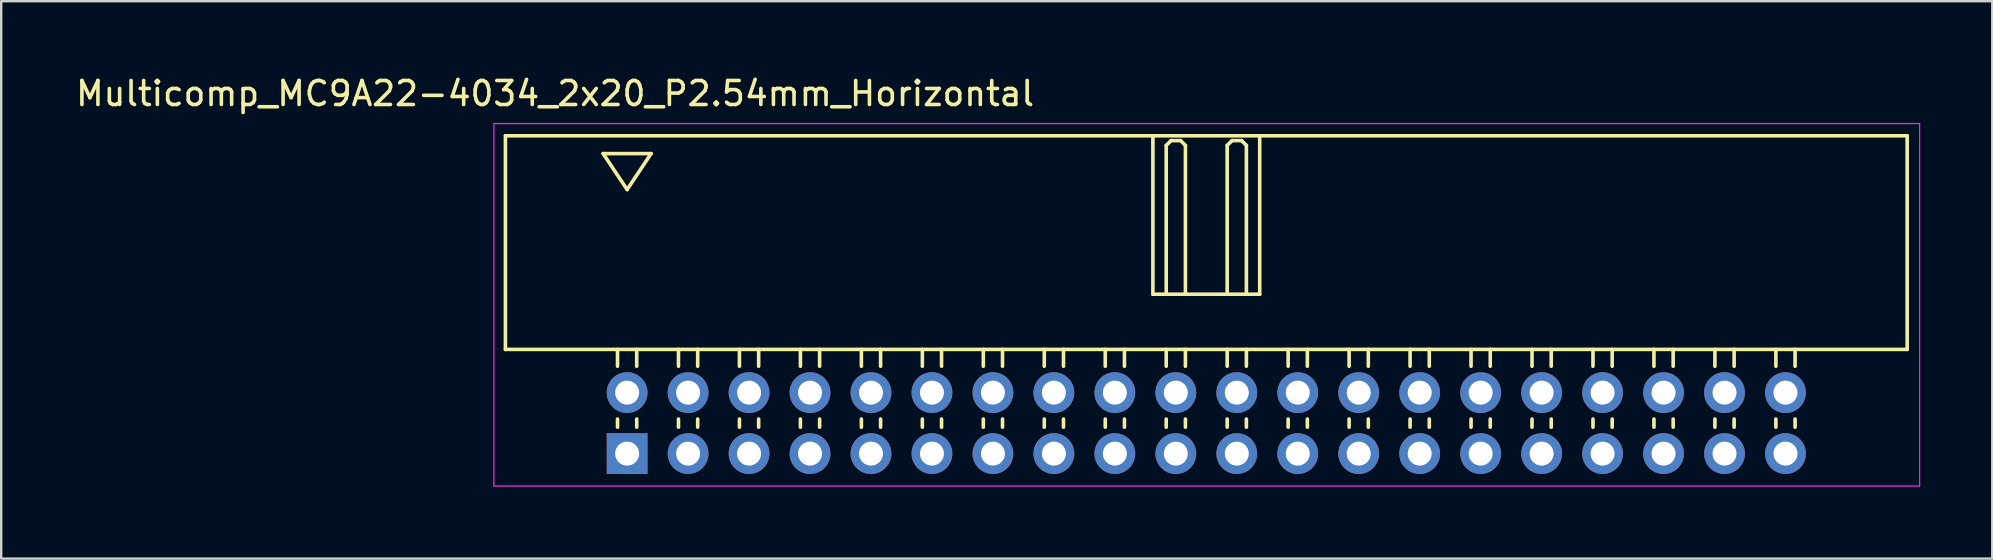
<source format=kicad_pcb>
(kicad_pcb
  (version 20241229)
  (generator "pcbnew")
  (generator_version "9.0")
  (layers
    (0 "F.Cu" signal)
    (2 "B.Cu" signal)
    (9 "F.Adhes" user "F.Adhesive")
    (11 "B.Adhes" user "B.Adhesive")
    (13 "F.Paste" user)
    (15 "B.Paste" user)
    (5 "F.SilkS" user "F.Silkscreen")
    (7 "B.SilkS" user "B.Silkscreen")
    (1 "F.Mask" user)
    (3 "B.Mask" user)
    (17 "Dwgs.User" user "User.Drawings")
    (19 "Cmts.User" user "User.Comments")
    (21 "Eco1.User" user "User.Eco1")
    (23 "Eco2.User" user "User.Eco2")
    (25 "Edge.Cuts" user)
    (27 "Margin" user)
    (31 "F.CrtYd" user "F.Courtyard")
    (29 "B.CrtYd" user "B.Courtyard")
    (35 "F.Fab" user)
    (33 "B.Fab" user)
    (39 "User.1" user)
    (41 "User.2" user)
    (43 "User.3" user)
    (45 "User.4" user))
  (footprint "Multicomp_MC9A22-4034_2x20_P2.54mm_Horizontal"
    (layer "F.Cu")
    (at 23.077 15.848)
    (property "Reference" "Multicomp_MC9A22-4034_2x20_P2.54mm_Horizontal" (at -3 -15 0) (layer "F.SilkS") (effects (font (size 1 1) (thickness 0.15))))
    (attr through_hole)
    (fp_line (start -5.07 -13.24) (end 53.33 -13.24) (stroke (width 0.15) (type solid)) (layer "F.SilkS"))
    (fp_line (start -5.07 -4.34) (end -5.07 -13.24) (stroke (width 0.15) (type solid)) (layer "F.SilkS"))
    (fp_line (start -1 -12.5) (end 1 -12.5) (stroke (width 0.15) (type solid)) (layer "F.SilkS"))
    (fp_line (start -0.4 -3.64) (end -0.4 -4.34) (stroke (width 0.15) (type solid)) (layer "F.SilkS"))
    (fp_line (start -0.4 -1.1) (end -0.4 -1.44) (stroke (width 0.15) (type solid)) (layer "F.SilkS"))
    (fp_line (start 0 -11) (end -1 -12.5) (stroke (width 0.15) (type solid)) (layer "F.SilkS"))
    (fp_line (start 0.4 -3.64) (end 0.4 -4.34) (stroke (width 0.15) (type solid)) (layer "F.SilkS"))
    (fp_line (start 0.4 -1.1) (end 0.4 -1.44) (stroke (width 0.15) (type solid)) (layer "F.SilkS"))
    (fp_line (start 1 -12.5) (end 0 -11) (stroke (width 0.15) (type solid)) (layer "F.SilkS"))
    (fp_line (start 2.14 -3.64) (end 2.14 -4.34) (stroke (width 0.15) (type solid)) (layer "F.SilkS"))
    (fp_line (start 2.14 -1.1) (end 2.14 -1.44) (stroke (width 0.15) (type solid)) (layer "F.SilkS"))
    (fp_line (start 2.94 -3.64) (end 2.94 -4.34) (stroke (width 0.15) (type solid)) (layer "F.SilkS"))
    (fp_line (start 2.94 -1.1) (end 2.94 -1.44) (stroke (width 0.15) (type solid)) (layer "F.SilkS"))
    (fp_line (start 4.68 -3.64) (end 4.68 -4.34) (stroke (width 0.15) (type solid)) (layer "F.SilkS"))
    (fp_line (start 4.68 -1.1) (end 4.68 -1.44) (stroke (width 0.15) (type solid)) (layer "F.SilkS"))
    (fp_line (start 5.48 -3.64) (end 5.48 -4.34) (stroke (width 0.15) (type solid)) (layer "F.SilkS"))
    (fp_line (start 5.48 -1.1) (end 5.48 -1.44) (stroke (width 0.15) (type solid)) (layer "F.SilkS"))
    (fp_line (start 7.22 -3.64) (end 7.22 -4.34) (stroke (width 0.15) (type solid)) (layer "F.SilkS"))
    (fp_line (start 7.22 -1.1) (end 7.22 -1.44) (stroke (width 0.15) (type solid)) (layer "F.SilkS"))
    (fp_line (start 8.02 -3.64) (end 8.02 -4.34) (stroke (width 0.15) (type solid)) (layer "F.SilkS"))
    (fp_line (start 8.02 -1.1) (end 8.02 -1.44) (stroke (width 0.15) (type solid)) (layer "F.SilkS"))
    (fp_line (start 9.76 -3.64) (end 9.76 -4.34) (stroke (width 0.15) (type solid)) (layer "F.SilkS"))
    (fp_line (start 9.76 -1.1) (end 9.76 -1.44) (stroke (width 0.15) (type solid)) (layer "F.SilkS"))
    (fp_line (start 10.56 -3.64) (end 10.56 -4.34) (stroke (width 0.15) (type solid)) (layer "F.SilkS"))
    (fp_line (start 10.56 -1.1) (end 10.56 -1.44) (stroke (width 0.15) (type solid)) (layer "F.SilkS"))
    (fp_line (start 12.3 -3.64) (end 12.3 -4.34) (stroke (width 0.15) (type solid)) (layer "F.SilkS"))
    (fp_line (start 12.3 -1.1) (end 12.3 -1.44) (stroke (width 0.15) (type solid)) (layer "F.SilkS"))
    (fp_line (start 13.1 -3.64) (end 13.1 -4.34) (stroke (width 0.15) (type solid)) (layer "F.SilkS"))
    (fp_line (start 13.1 -1.1) (end 13.1 -1.44) (stroke (width 0.15) (type solid)) (layer "F.SilkS"))
    (fp_line (start 14.84 -3.64) (end 14.84 -4.34) (stroke (width 0.15) (type solid)) (layer "F.SilkS"))
    (fp_line (start 14.84 -1.1) (end 14.84 -1.44) (stroke (width 0.15) (type solid)) (layer "F.SilkS"))
    (fp_line (start 15.64 -3.64) (end 15.64 -4.34) (stroke (width 0.15) (type solid)) (layer "F.SilkS"))
    (fp_line (start 15.64 -1.1) (end 15.64 -1.44) (stroke (width 0.15) (type solid)) (layer "F.SilkS"))
    (fp_line (start 17.38 -3.64) (end 17.38 -4.34) (stroke (width 0.15) (type solid)) (layer "F.SilkS"))
    (fp_line (start 17.38 -1.1) (end 17.38 -1.44) (stroke (width 0.15) (type solid)) (layer "F.SilkS"))
    (fp_line (start 18.18 -3.64) (end 18.18 -4.34) (stroke (width 0.15) (type solid)) (layer "F.SilkS"))
    (fp_line (start 18.18 -1.1) (end 18.18 -1.44) (stroke (width 0.15) (type solid)) (layer "F.SilkS"))
    (fp_line (start 19.92 -3.64) (end 19.92 -4.34) (stroke (width 0.15) (type solid)) (layer "F.SilkS"))
    (fp_line (start 19.92 -1.1) (end 19.92 -1.44) (stroke (width 0.15) (type solid)) (layer "F.SilkS"))
    (fp_line (start 20.72 -3.64) (end 20.72 -4.34) (stroke (width 0.15) (type solid)) (layer "F.SilkS"))
    (fp_line (start 20.72 -1.1) (end 20.72 -1.44) (stroke (width 0.15) (type solid)) (layer "F.SilkS"))
    (fp_line (start 21.905 -13.24) (end 21.905 -6.64) (stroke (width 0.15) (type solid)) (layer "F.SilkS"))
    (fp_line (start 21.905 -6.64) (end 26.355 -6.64) (stroke (width 0.15) (type solid)) (layer "F.SilkS"))
    (fp_line (start 22.46 -12.84) (end 22.66 -13.04) (stroke (width 0.15) (type solid)) (layer "F.SilkS"))
    (fp_line (start 22.46 -6.64) (end 22.46 -12.84) (stroke (width 0.15) (type solid)) (layer "F.SilkS"))
    (fp_line (start 22.46 -3.64) (end 22.46 -4.34) (stroke (width 0.15) (type solid)) (layer "F.SilkS"))
    (fp_line (start 22.46 -1.1) (end 22.46 -1.44) (stroke (width 0.15) (type solid)) (layer "F.SilkS"))
    (fp_line (start 22.66 -13.04) (end 23.06 -13.04) (stroke (width 0.15) (type solid)) (layer "F.SilkS"))
    (fp_line (start 23.06 -13.04) (end 23.26 -12.84) (stroke (width 0.15) (type solid)) (layer "F.SilkS"))
    (fp_line (start 23.26 -12.84) (end 23.26 -6.64) (stroke (width 0.15) (type solid)) (layer "F.SilkS"))
    (fp_line (start 23.26 -3.64) (end 23.26 -4.34) (stroke (width 0.15) (type solid)) (layer "F.SilkS"))
    (fp_line (start 23.26 -1.1) (end 23.26 -1.44) (stroke (width 0.15) (type solid)) (layer "F.SilkS"))
    (fp_line (start 25 -12.84) (end 25.2 -13.04) (stroke (width 0.15) (type solid)) (layer "F.SilkS"))
    (fp_line (start 25 -6.64) (end 25 -12.84) (stroke (width 0.15) (type solid)) (layer "F.SilkS"))
    (fp_line (start 25 -3.64) (end 25 -4.34) (stroke (width 0.15) (type solid)) (layer "F.SilkS"))
    (fp_line (start 25 -1.1) (end 25 -1.44) (stroke (width 0.15) (type solid)) (layer "F.SilkS"))
    (fp_line (start 25.2 -13.04) (end 25.6 -13.04) (stroke (width 0.15) (type solid)) (layer "F.SilkS"))
    (fp_line (start 25.6 -13.04) (end 25.8 -12.84) (stroke (width 0.15) (type solid)) (layer "F.SilkS"))
    (fp_line (start 25.8 -12.84) (end 25.8 -6.64) (stroke (width 0.15) (type solid)) (layer "F.SilkS"))
    (fp_line (start 25.8 -3.64) (end 25.8 -4.34) (stroke (width 0.15) (type solid)) (layer "F.SilkS"))
    (fp_line (start 25.8 -1.1) (end 25.8 -1.44) (stroke (width 0.15) (type solid)) (layer "F.SilkS"))
    (fp_line (start 26.355 -6.64) (end 26.355 -13.24) (stroke (width 0.15) (type solid)) (layer "F.SilkS"))
    (fp_line (start 27.54 -3.64) (end 27.54 -4.34) (stroke (width 0.15) (type solid)) (layer "F.SilkS"))
    (fp_line (start 27.54 -1.1) (end 27.54 -1.44) (stroke (width 0.15) (type solid)) (layer "F.SilkS"))
    (fp_line (start 28.34 -3.64) (end 28.34 -4.34) (stroke (width 0.15) (type solid)) (layer "F.SilkS"))
    (fp_line (start 28.34 -1.1) (end 28.34 -1.44) (stroke (width 0.15) (type solid)) (layer "F.SilkS"))
    (fp_line (start 30.08 -3.64) (end 30.08 -4.34) (stroke (width 0.15) (type solid)) (layer "F.SilkS"))
    (fp_line (start 30.08 -1.1) (end 30.08 -1.44) (stroke (width 0.15) (type solid)) (layer "F.SilkS"))
    (fp_line (start 30.88 -3.64) (end 30.88 -4.34) (stroke (width 0.15) (type solid)) (layer "F.SilkS"))
    (fp_line (start 30.88 -1.1) (end 30.88 -1.44) (stroke (width 0.15) (type solid)) (layer "F.SilkS"))
    (fp_line (start 32.62 -3.64) (end 32.62 -4.34) (stroke (width 0.15) (type solid)) (layer "F.SilkS"))
    (fp_line (start 32.62 -1.1) (end 32.62 -1.44) (stroke (width 0.15) (type solid)) (layer "F.SilkS"))
    (fp_line (start 33.42 -3.64) (end 33.42 -4.34) (stroke (width 0.15) (type solid)) (layer "F.SilkS"))
    (fp_line (start 33.42 -1.1) (end 33.42 -1.44) (stroke (width 0.15) (type solid)) (layer "F.SilkS"))
    (fp_line (start 35.16 -3.64) (end 35.16 -4.34) (stroke (width 0.15) (type solid)) (layer "F.SilkS"))
    (fp_line (start 35.16 -1.1) (end 35.16 -1.44) (stroke (width 0.15) (type solid)) (layer "F.SilkS"))
    (fp_line (start 35.96 -3.64) (end 35.96 -4.34) (stroke (width 0.15) (type solid)) (layer "F.SilkS"))
    (fp_line (start 35.96 -1.1) (end 35.96 -1.44) (stroke (width 0.15) (type solid)) (layer "F.SilkS"))
    (fp_line (start 37.7 -3.64) (end 37.7 -4.34) (stroke (width 0.15) (type solid)) (layer "F.SilkS"))
    (fp_line (start 37.7 -1.1) (end 37.7 -1.44) (stroke (width 0.15) (type solid)) (layer "F.SilkS"))
    (fp_line (start 38.5 -3.64) (end 38.5 -4.34) (stroke (width 0.15) (type solid)) (layer "F.SilkS"))
    (fp_line (start 38.5 -1.1) (end 38.5 -1.44) (stroke (width 0.15) (type solid)) (layer "F.SilkS"))
    (fp_line (start 40.24 -3.64) (end 40.24 -4.34) (stroke (width 0.15) (type solid)) (layer "F.SilkS"))
    (fp_line (start 40.24 -1.1) (end 40.24 -1.44) (stroke (width 0.15) (type solid)) (layer "F.SilkS"))
    (fp_line (start 41.04 -3.64) (end 41.04 -4.34) (stroke (width 0.15) (type solid)) (layer "F.SilkS"))
    (fp_line (start 41.04 -1.1) (end 41.04 -1.44) (stroke (width 0.15) (type solid)) (layer "F.SilkS"))
    (fp_line (start 42.78 -3.64) (end 42.78 -4.34) (stroke (width 0.15) (type solid)) (layer "F.SilkS"))
    (fp_line (start 42.78 -1.1) (end 42.78 -1.44) (stroke (width 0.15) (type solid)) (layer "F.SilkS"))
    (fp_line (start 43.58 -3.64) (end 43.58 -4.34) (stroke (width 0.15) (type solid)) (layer "F.SilkS"))
    (fp_line (start 43.58 -1.1) (end 43.58 -1.44) (stroke (width 0.15) (type solid)) (layer "F.SilkS"))
    (fp_line (start 45.32 -3.64) (end 45.32 -4.34) (stroke (width 0.15) (type solid)) (layer "F.SilkS"))
    (fp_line (start 45.32 -1.1) (end 45.32 -1.44) (stroke (width 0.15) (type solid)) (layer "F.SilkS"))
    (fp_line (start 46.12 -3.64) (end 46.12 -4.34) (stroke (width 0.15) (type solid)) (layer "F.SilkS"))
    (fp_line (start 46.12 -1.1) (end 46.12 -1.44) (stroke (width 0.15) (type solid)) (layer "F.SilkS"))
    (fp_line (start 47.86 -3.64) (end 47.86 -4.34) (stroke (width 0.15) (type solid)) (layer "F.SilkS"))
    (fp_line (start 47.86 -1.1) (end 47.86 -1.44) (stroke (width 0.15) (type solid)) (layer "F.SilkS"))
    (fp_line (start 48.66 -3.64) (end 48.66 -4.34) (stroke (width 0.15) (type solid)) (layer "F.SilkS"))
    (fp_line (start 48.66 -1.1) (end 48.66 -1.44) (stroke (width 0.15) (type solid)) (layer "F.SilkS"))
    (fp_line (start 53.33 -13.24) (end 53.33 -4.34) (stroke (width 0.15) (type solid)) (layer "F.SilkS"))
    (fp_line (start 53.33 -4.34) (end -5.07 -4.34) (stroke (width 0.15) (type solid)) (layer "F.SilkS"))
    (fp_line (start -5.55 -13.75) (end 53.85 -13.75) (stroke (width 0.05) (type solid)) (layer "F.CrtYd"))
    (fp_line (start -5.55 1.35) (end -5.55 -13.75) (stroke (width 0.05) (type solid)) (layer "F.CrtYd"))
    (fp_line (start 53.85 -13.75) (end 53.85 1.35) (stroke (width 0.05) (type solid)) (layer "F.CrtYd"))
    (fp_line (start 53.85 1.35) (end -5.55 1.35) (stroke (width 0.05) (type solid)) (layer "F.CrtYd"))
    (pad "1" thru_hole rect (at 0 0) (size 1.7 1.7) (drill 1) (layers "*.Cu" "*.Mask"))
    (pad "2" thru_hole circle (at 0 -2.54) (size 1.7 1.7) (drill 1) (layers "*.Cu" "*.Mask"))
    (pad "3" thru_hole circle (at 2.54 0) (size 1.7 1.7) (drill 1) (layers "*.Cu" "*.Mask"))
    (pad "4" thru_hole circle (at 2.54 -2.54) (size 1.7 1.7) (drill 1) (layers "*.Cu" "*.Mask"))
    (pad "5" thru_hole circle (at 5.08 0) (size 1.7 1.7) (drill 1) (layers "*.Cu" "*.Mask"))
    (pad "6" thru_hole circle (at 5.08 -2.54) (size 1.7 1.7) (drill 1) (layers "*.Cu" "*.Mask"))
    (pad "7" thru_hole circle (at 7.62 0) (size 1.7 1.7) (drill 1) (layers "*.Cu" "*.Mask"))
    (pad "8" thru_hole circle (at 7.62 -2.54) (size 1.7 1.7) (drill 1) (layers "*.Cu" "*.Mask"))
    (pad "9" thru_hole circle (at 10.16 0) (size 1.7 1.7) (drill 1) (layers "*.Cu" "*.Mask"))
    (pad "10" thru_hole circle (at 10.16 -2.54) (size 1.7 1.7) (drill 1) (layers "*.Cu" "*.Mask"))
    (pad "11" thru_hole circle (at 12.7 0) (size 1.7 1.7) (drill 1) (layers "*.Cu" "*.Mask"))
    (pad "12" thru_hole circle (at 12.7 -2.54) (size 1.7 1.7) (drill 1) (layers "*.Cu" "*.Mask"))
    (pad "13" thru_hole circle (at 15.24 0) (size 1.7 1.7) (drill 1) (layers "*.Cu" "*.Mask"))
    (pad "14" thru_hole circle (at 15.24 -2.54) (size 1.7 1.7) (drill 1) (layers "*.Cu" "*.Mask"))
    (pad "15" thru_hole circle (at 17.78 0) (size 1.7 1.7) (drill 1) (layers "*.Cu" "*.Mask"))
    (pad "16" thru_hole circle (at 17.78 -2.54) (size 1.7 1.7) (drill 1) (layers "*.Cu" "*.Mask"))
    (pad "17" thru_hole circle (at 20.32 0) (size 1.7 1.7) (drill 1) (layers "*.Cu" "*.Mask"))
    (pad "18" thru_hole circle (at 20.32 -2.54) (size 1.7 1.7) (drill 1) (layers "*.Cu" "*.Mask"))
    (pad "19" thru_hole circle (at 22.86 0) (size 1.7 1.7) (drill 1) (layers "*.Cu" "*.Mask"))
    (pad "20" thru_hole circle (at 22.86 -2.54) (size 1.7 1.7) (drill 1) (layers "*.Cu" "*.Mask"))
    (pad "21" thru_hole circle (at 25.4 0) (size 1.7 1.7) (drill 1) (layers "*.Cu" "*.Mask"))
    (pad "22" thru_hole circle (at 25.4 -2.54) (size 1.7 1.7) (drill 1) (layers "*.Cu" "*.Mask"))
    (pad "23" thru_hole circle (at 27.94 0) (size 1.7 1.7) (drill 1) (layers "*.Cu" "*.Mask"))
    (pad "24" thru_hole circle (at 27.94 -2.54) (size 1.7 1.7) (drill 1) (layers "*.Cu" "*.Mask"))
    (pad "25" thru_hole circle (at 30.48 0) (size 1.7 1.7) (drill 1) (layers "*.Cu" "*.Mask"))
    (pad "26" thru_hole circle (at 30.48 -2.54) (size 1.7 1.7) (drill 1) (layers "*.Cu" "*.Mask"))
    (pad "27" thru_hole circle (at 33.02 0) (size 1.7 1.7) (drill 1) (layers "*.Cu" "*.Mask"))
    (pad "28" thru_hole circle (at 33.02 -2.54) (size 1.7 1.7) (drill 1) (layers "*.Cu" "*.Mask"))
    (pad "29" thru_hole circle (at 35.56 0) (size 1.7 1.7) (drill 1) (layers "*.Cu" "*.Mask"))
    (pad "30" thru_hole circle (at 35.56 -2.54) (size 1.7 1.7) (drill 1) (layers "*.Cu" "*.Mask"))
    (pad "31" thru_hole circle (at 38.1 0) (size 1.7 1.7) (drill 1) (layers "*.Cu" "*.Mask"))
    (pad "32" thru_hole circle (at 38.1 -2.54) (size 1.7 1.7) (drill 1) (layers "*.Cu" "*.Mask"))
    (pad "33" thru_hole circle (at 40.64 0) (size 1.7 1.7) (drill 1) (layers "*.Cu" "*.Mask"))
    (pad "34" thru_hole circle (at 40.64 -2.54) (size 1.7 1.7) (drill 1) (layers "*.Cu" "*.Mask"))
    (pad "35" thru_hole circle (at 43.18 0) (size 1.7 1.7) (drill 1) (layers "*.Cu" "*.Mask"))
    (pad "36" thru_hole circle (at 43.18 -2.54) (size 1.7 1.7) (drill 1) (layers "*.Cu" "*.Mask"))
    (pad "37" thru_hole circle (at 45.72 0) (size 1.7 1.7) (drill 1) (layers "*.Cu" "*.Mask"))
    (pad "38" thru_hole circle (at 45.72 -2.54) (size 1.7 1.7) (drill 1) (layers "*.Cu" "*.Mask"))
    (pad "39" thru_hole circle (at 48.26 0) (size 1.7 1.7) (drill 1) (layers "*.Cu" "*.Mask"))
    (pad "40" thru_hole circle (at 48.26 -2.54) (size 1.7 1.7) (drill 1) (layers "*.Cu" "*.Mask")))
  (gr_rect
    (start -3 -3)
    (end 79.952 20.223)
    (stroke (width 0.1) (type default))
    (fill no)
    (layer "Edge.Cuts")))
</source>
